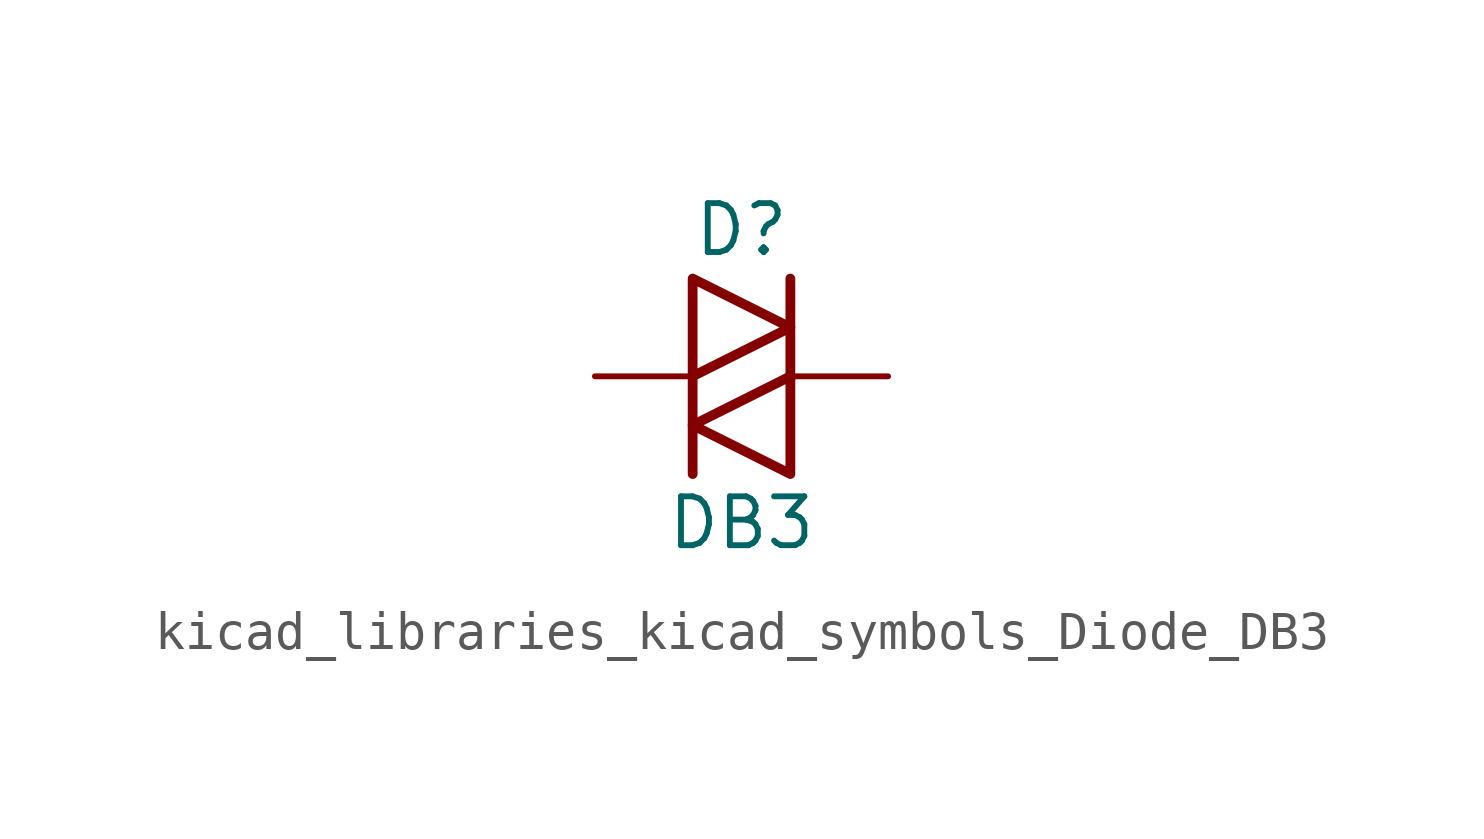
<source format=kicad_sym>
(kicad_symbol_lib
  (version 20220914)
  (generator kicad_symbol_editor)
  (symbol "kicad_libraries_kicad_symbols_Diode_DB3"
    (pin_numbers hide)
    (pin_names
      (offset 1.016) hide)
    (property "Reference" "D"
      (at 0 3.81 0)
      (effects (font (size 1.27 1.27))))
    (property "Value" "DB3"
      (at 0 -3.81 0)
      (effects (font (size 1.27 1.27))))
    (symbol "kicad_libraries_kicad_symbols_Diode_DB3_0_1"
      (polyline (pts (xy -1.27 0) (xy -1.27 -2.54)) (stroke (width 0.254) (type default)) (fill (type none)))
      (polyline (pts (xy 1.27 2.54) (xy 1.27 0)) (stroke (width 0.254) (type default)) (fill (type none)))
      (polyline (pts (xy -1.27 2.54) (xy -1.27 0) (xy 1.27 1.27) (xy -1.27 2.54)) (stroke (width 0.254) (type default)) (fill (type none)))
      (polyline (pts (xy 1.27 0) (xy 1.27 -2.54) (xy -1.27 -1.27) (xy 1.27 0)) (stroke (width 0.254) (type default)) (fill (type none))))
    (symbol "kicad_libraries_kicad_symbols_Diode_DB3_1_1"
      (pin passive line (at -3.81 0 0) (length 2.54) (name "K" (effects (font (size 1.27 1.27)))) (number "1" (effects (font (size 1.27 1.27)))))
      (pin passive line (at 3.81 0 180) (length 2.54) (name "A" (effects (font (size 1.27 1.27)))) (number "2" (effects (font (size 1.27 1.27))))))))
</source>
